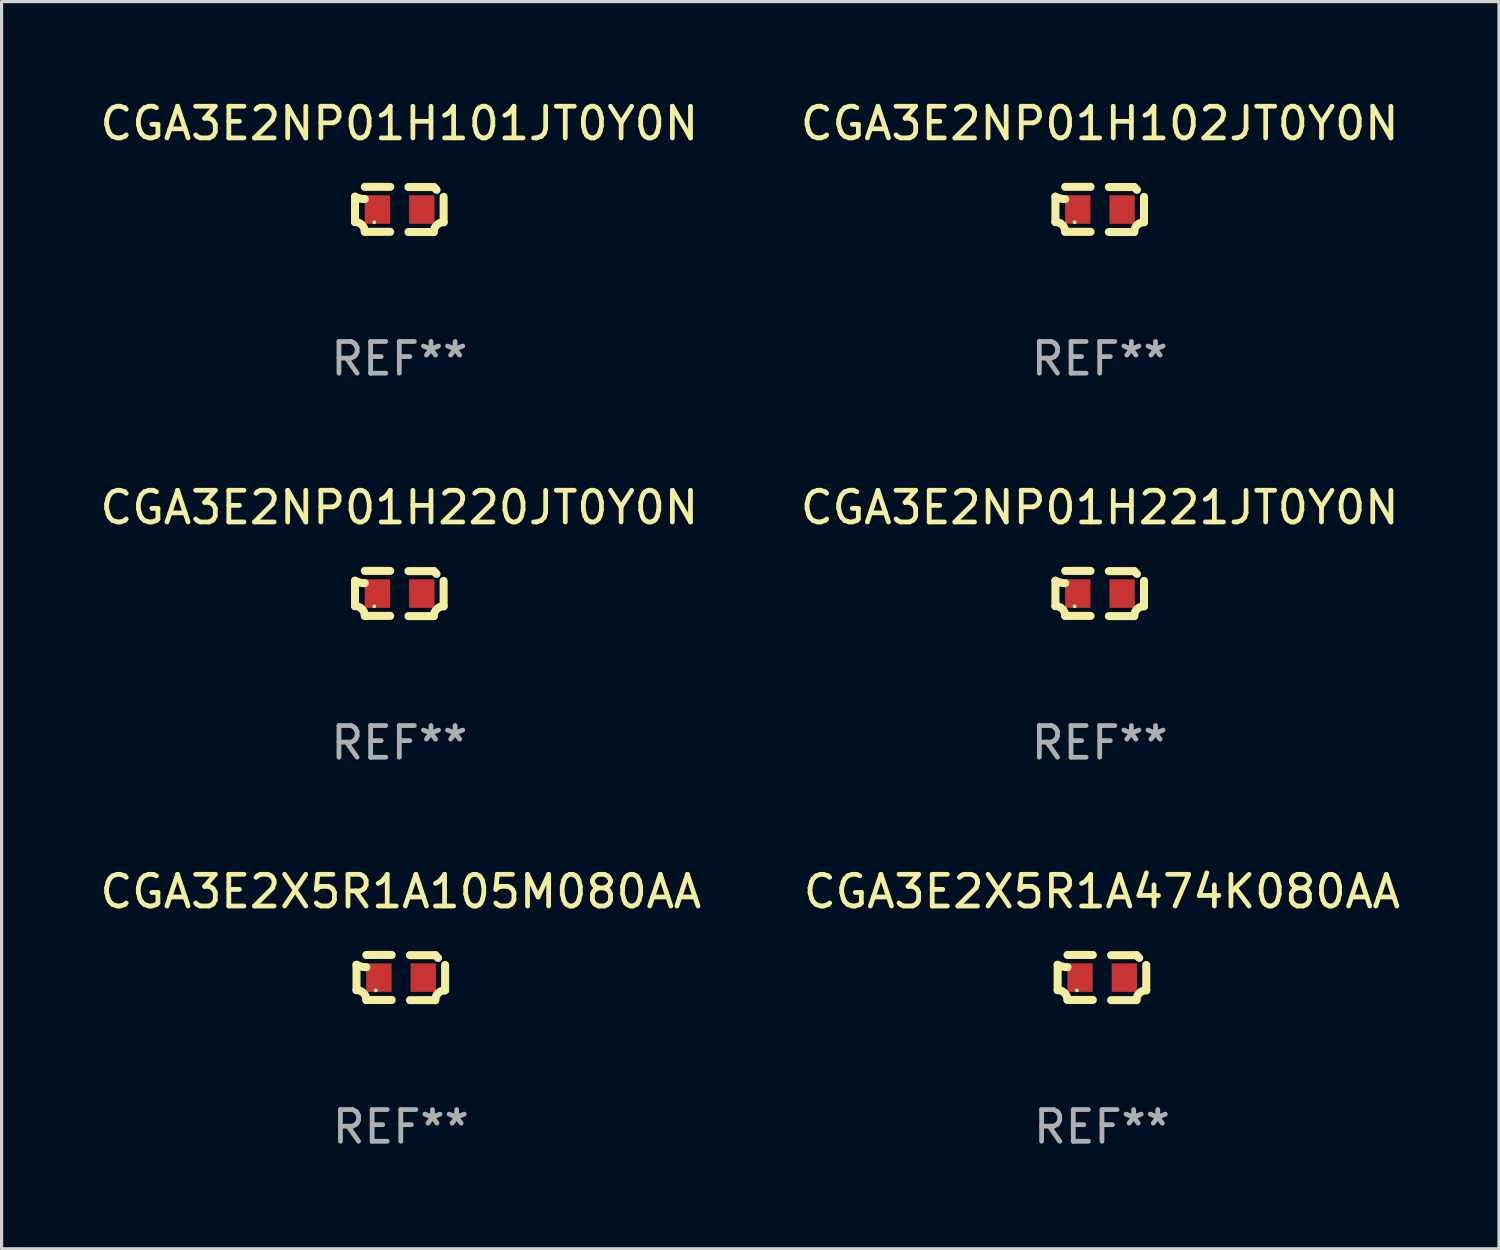
<source format=kicad_pcb>
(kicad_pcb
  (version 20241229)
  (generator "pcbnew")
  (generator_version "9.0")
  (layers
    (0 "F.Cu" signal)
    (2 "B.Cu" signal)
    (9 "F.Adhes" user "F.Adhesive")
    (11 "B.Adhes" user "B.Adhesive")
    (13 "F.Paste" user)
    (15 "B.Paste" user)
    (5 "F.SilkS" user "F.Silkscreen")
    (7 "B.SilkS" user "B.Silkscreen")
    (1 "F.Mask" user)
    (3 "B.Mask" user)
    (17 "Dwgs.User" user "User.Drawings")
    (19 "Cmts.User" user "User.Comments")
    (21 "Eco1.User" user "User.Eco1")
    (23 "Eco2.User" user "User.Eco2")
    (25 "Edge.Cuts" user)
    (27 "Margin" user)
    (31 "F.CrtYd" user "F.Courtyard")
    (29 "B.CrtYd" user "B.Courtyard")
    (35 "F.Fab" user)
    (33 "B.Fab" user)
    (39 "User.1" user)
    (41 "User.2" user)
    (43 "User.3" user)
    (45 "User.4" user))
  (footprint "CGA3E2NP01H102JT0Y0N"
    (layer "F.Cu")
    (at 31.661 3.561)
    (property "Reference" "CGA3E2NP01H102JT0Y0N" (at 0 -2.713 0) (layer "F.SilkS") (effects (font (size 1 1) (thickness 0.15))))
    (attr through_hole)
    (fp_line (start -1.398 -0.403) (end -1.398 0.397) (stroke (width 0.254) (type solid)) (layer "F.SilkS"))
    (fp_line (start -0.288 -0.713) (end -1.088 -0.713) (stroke (width 0.254) (type solid)) (layer "F.SilkS"))
    (fp_line (start -0.288 0.707) (end -1.088 0.707) (stroke (width 0.254) (type solid)) (layer "F.SilkS"))
    (fp_line (start 0.288 -0.707) (end 1.088 -0.707) (stroke (width 0.254) (type solid)) (layer "F.SilkS"))
    (fp_line (start 0.288 0.713) (end 1.088 0.713) (stroke (width 0.254) (type solid)) (layer "F.SilkS"))
    (fp_line (start 1.398 -0.397) (end 1.398 0.403) (stroke (width 0.254) (type solid)) (layer "F.SilkS"))
    (fp_arc (start -1.397789 0.397066) (mid -1.178701 0.487826) (end -1.08796 0.706922) (stroke (width 0.254001) (type solid)) (layer "F.SilkS"))
    (fp_arc (start -1.08796 -0.327176) (mid -1.247436 -0.346384) (end -1.39779 -0.402908) (stroke (width 0.254001) (type solid)) (layer "F.SilkS"))
    (fp_arc (start 1.087909 0.712738) (mid 1.178656 0.493655) (end 1.397739 0.402908) (stroke (width 0.254001) (type solid)) (layer "F.SilkS"))
    (fp_arc (start 1.175925 -0.618926) (mid 1.131917 -0.662923) (end 1.08791 -0.706922) (stroke (width 0.254001) (type solid)) (layer "F.SilkS"))
    (fp_circle (center -0.792 0.403) (end -0.762 0.403) (stroke (width 0.06) (type solid)) (fill no) (layer "F.SilkS"))
    (fp_text user "REF**" (at 0 4.713 0) (layer "F.Fab") (effects (font (size 1 1) (thickness 0.15))))
    (pad "1" smd rect (at -0.692 0.003) (size 0.8 0.9) (layers "F.Cu" "F.Mask" "F.Paste"))
    (pad "2" smd rect (at 0.708 0.003) (size 0.8 0.9) (layers "F.Cu" "F.Mask" "F.Paste")))
  (footprint "CGA3E2NP01H220JT0Y0N"
    (layer "F.Cu")
    (at 9.554 15.683)
    (property "Reference" "CGA3E2NP01H220JT0Y0N" (at 0 -2.713 0) (layer "F.SilkS") (effects (font (size 1 1) (thickness 0.15))))
    (attr through_hole)
    (fp_line (start -1.398 -0.403) (end -1.398 0.397) (stroke (width 0.254) (type solid)) (layer "F.SilkS"))
    (fp_line (start -0.288 -0.713) (end -1.088 -0.713) (stroke (width 0.254) (type solid)) (layer "F.SilkS"))
    (fp_line (start -0.288 0.707) (end -1.088 0.707) (stroke (width 0.254) (type solid)) (layer "F.SilkS"))
    (fp_line (start 0.288 -0.707) (end 1.088 -0.707) (stroke (width 0.254) (type solid)) (layer "F.SilkS"))
    (fp_line (start 0.288 0.713) (end 1.088 0.713) (stroke (width 0.254) (type solid)) (layer "F.SilkS"))
    (fp_line (start 1.398 -0.397) (end 1.398 0.403) (stroke (width 0.254) (type solid)) (layer "F.SilkS"))
    (fp_arc (start -1.397789 0.397066) (mid -1.178701 0.487826) (end -1.08796 0.706922) (stroke (width 0.254001) (type solid)) (layer "F.SilkS"))
    (fp_arc (start -1.08796 -0.327176) (mid -1.247436 -0.346384) (end -1.39779 -0.402908) (stroke (width 0.254001) (type solid)) (layer "F.SilkS"))
    (fp_arc (start 1.087909 0.712738) (mid 1.178656 0.493655) (end 1.397739 0.402908) (stroke (width 0.254001) (type solid)) (layer "F.SilkS"))
    (fp_arc (start 1.175925 -0.618926) (mid 1.131917 -0.662923) (end 1.08791 -0.706922) (stroke (width 0.254001) (type solid)) (layer "F.SilkS"))
    (fp_circle (center -0.792 0.403) (end -0.762 0.403) (stroke (width 0.06) (type solid)) (fill no) (layer "F.SilkS"))
    (fp_text user "REF**" (at 0 4.713 0) (layer "F.Fab") (effects (font (size 1 1) (thickness 0.15))))
    (pad "1" smd rect (at -0.692 0.003) (size 0.8 0.9) (layers "F.Cu" "F.Mask" "F.Paste"))
    (pad "2" smd rect (at 0.708 0.003) (size 0.8 0.9) (layers "F.Cu" "F.Mask" "F.Paste")))
  (footprint "CGA3E2X5R1A105M080AA"
    (layer "F.Cu")
    (at 9.601 27.805)
    (property "Reference" "CGA3E2X5R1A105M080AA" (at 0 -2.713 0) (layer "F.SilkS") (effects (font (size 1 1) (thickness 0.15))))
    (attr through_hole)
    (fp_line (start -1.398 -0.403) (end -1.398 0.397) (stroke (width 0.254) (type solid)) (layer "F.SilkS"))
    (fp_line (start -0.288 -0.713) (end -1.088 -0.713) (stroke (width 0.254) (type solid)) (layer "F.SilkS"))
    (fp_line (start -0.288 0.707) (end -1.088 0.707) (stroke (width 0.254) (type solid)) (layer "F.SilkS"))
    (fp_line (start 0.288 -0.707) (end 1.088 -0.707) (stroke (width 0.254) (type solid)) (layer "F.SilkS"))
    (fp_line (start 0.288 0.713) (end 1.088 0.713) (stroke (width 0.254) (type solid)) (layer "F.SilkS"))
    (fp_line (start 1.398 -0.397) (end 1.398 0.403) (stroke (width 0.254) (type solid)) (layer "F.SilkS"))
    (fp_arc (start -1.397789 0.397066) (mid -1.178701 0.487826) (end -1.08796 0.706922) (stroke (width 0.254001) (type solid)) (layer "F.SilkS"))
    (fp_arc (start -1.08796 -0.327176) (mid -1.247436 -0.346384) (end -1.39779 -0.402908) (stroke (width 0.254001) (type solid)) (layer "F.SilkS"))
    (fp_arc (start 1.087909 0.712738) (mid 1.178656 0.493655) (end 1.397739 0.402908) (stroke (width 0.254001) (type solid)) (layer "F.SilkS"))
    (fp_arc (start 1.175925 -0.618926) (mid 1.131917 -0.662923) (end 1.08791 -0.706922) (stroke (width 0.254001) (type solid)) (layer "F.SilkS"))
    (fp_circle (center -0.792 0.403) (end -0.762 0.403) (stroke (width 0.06) (type solid)) (fill no) (layer "F.SilkS"))
    (fp_text user "REF**" (at 0 4.713 0) (layer "F.Fab") (effects (font (size 1 1) (thickness 0.15))))
    (pad "1" smd rect (at -0.692 0.003) (size 0.8 0.9) (layers "F.Cu" "F.Mask" "F.Paste"))
    (pad "2" smd rect (at 0.708 0.003) (size 0.8 0.9) (layers "F.Cu" "F.Mask" "F.Paste")))
  (footprint "CGA3E2NP01H221JT0Y0N"
    (layer "F.Cu")
    (at 31.661 15.683)
    (property "Reference" "CGA3E2NP01H221JT0Y0N" (at 0 -2.713 0) (layer "F.SilkS") (effects (font (size 1 1) (thickness 0.15))))
    (attr through_hole)
    (fp_line (start -1.398 -0.403) (end -1.398 0.397) (stroke (width 0.254) (type solid)) (layer "F.SilkS"))
    (fp_line (start -0.288 -0.713) (end -1.088 -0.713) (stroke (width 0.254) (type solid)) (layer "F.SilkS"))
    (fp_line (start -0.288 0.707) (end -1.088 0.707) (stroke (width 0.254) (type solid)) (layer "F.SilkS"))
    (fp_line (start 0.288 -0.707) (end 1.088 -0.707) (stroke (width 0.254) (type solid)) (layer "F.SilkS"))
    (fp_line (start 0.288 0.713) (end 1.088 0.713) (stroke (width 0.254) (type solid)) (layer "F.SilkS"))
    (fp_line (start 1.398 -0.397) (end 1.398 0.403) (stroke (width 0.254) (type solid)) (layer "F.SilkS"))
    (fp_arc (start -1.397789 0.397066) (mid -1.178701 0.487826) (end -1.08796 0.706922) (stroke (width 0.254001) (type solid)) (layer "F.SilkS"))
    (fp_arc (start -1.08796 -0.327176) (mid -1.247436 -0.346384) (end -1.39779 -0.402908) (stroke (width 0.254001) (type solid)) (layer "F.SilkS"))
    (fp_arc (start 1.087909 0.712738) (mid 1.178656 0.493655) (end 1.397739 0.402908) (stroke (width 0.254001) (type solid)) (layer "F.SilkS"))
    (fp_arc (start 1.175925 -0.618926) (mid 1.131917 -0.662923) (end 1.08791 -0.706922) (stroke (width 0.254001) (type solid)) (layer "F.SilkS"))
    (fp_circle (center -0.792 0.403) (end -0.762 0.403) (stroke (width 0.06) (type solid)) (fill no) (layer "F.SilkS"))
    (fp_text user "REF**" (at 0 4.713 0) (layer "F.Fab") (effects (font (size 1 1) (thickness 0.15))))
    (pad "1" smd rect (at -0.692 0.003) (size 0.8 0.9) (layers "F.Cu" "F.Mask" "F.Paste"))
    (pad "2" smd rect (at 0.708 0.003) (size 0.8 0.9) (layers "F.Cu" "F.Mask" "F.Paste")))
  (footprint "CGA3E2X5R1A474K080AA"
    (layer "F.Cu")
    (at 31.732 27.805)
    (property "Reference" "CGA3E2X5R1A474K080AA" (at 0 -2.713 0) (layer "F.SilkS") (effects (font (size 1 1) (thickness 0.15))))
    (attr through_hole)
    (fp_line (start -1.398 -0.403) (end -1.398 0.397) (stroke (width 0.254) (type solid)) (layer "F.SilkS"))
    (fp_line (start -0.288 -0.713) (end -1.088 -0.713) (stroke (width 0.254) (type solid)) (layer "F.SilkS"))
    (fp_line (start -0.288 0.707) (end -1.088 0.707) (stroke (width 0.254) (type solid)) (layer "F.SilkS"))
    (fp_line (start 0.288 -0.707) (end 1.088 -0.707) (stroke (width 0.254) (type solid)) (layer "F.SilkS"))
    (fp_line (start 0.288 0.713) (end 1.088 0.713) (stroke (width 0.254) (type solid)) (layer "F.SilkS"))
    (fp_line (start 1.398 -0.397) (end 1.398 0.403) (stroke (width 0.254) (type solid)) (layer "F.SilkS"))
    (fp_arc (start -1.397789 0.397066) (mid -1.178701 0.487826) (end -1.08796 0.706922) (stroke (width 0.254001) (type solid)) (layer "F.SilkS"))
    (fp_arc (start -1.08796 -0.327176) (mid -1.247436 -0.346384) (end -1.39779 -0.402908) (stroke (width 0.254001) (type solid)) (layer "F.SilkS"))
    (fp_arc (start 1.087909 0.712738) (mid 1.178656 0.493655) (end 1.397739 0.402908) (stroke (width 0.254001) (type solid)) (layer "F.SilkS"))
    (fp_arc (start 1.175925 -0.618926) (mid 1.131917 -0.662923) (end 1.08791 -0.706922) (stroke (width 0.254001) (type solid)) (layer "F.SilkS"))
    (fp_circle (center -0.792 0.403) (end -0.762 0.403) (stroke (width 0.06) (type solid)) (fill no) (layer "F.SilkS"))
    (fp_text user "REF**" (at 0 4.713 0) (layer "F.Fab") (effects (font (size 1 1) (thickness 0.15))))
    (pad "1" smd rect (at -0.692 0.003) (size 0.8 0.9) (layers "F.Cu" "F.Mask" "F.Paste"))
    (pad "2" smd rect (at 0.708 0.003) (size 0.8 0.9) (layers "F.Cu" "F.Mask" "F.Paste")))
  (footprint "CGA3E2NP01H101JT0Y0N"
    (layer "F.Cu")
    (at 9.554 3.561)
    (property "Reference" "CGA3E2NP01H101JT0Y0N" (at 0 -2.713 0) (layer "F.SilkS") (effects (font (size 1 1) (thickness 0.15))))
    (attr through_hole)
    (fp_line (start -1.398 -0.403) (end -1.398 0.397) (stroke (width 0.254) (type solid)) (layer "F.SilkS"))
    (fp_line (start -0.288 -0.713) (end -1.088 -0.713) (stroke (width 0.254) (type solid)) (layer "F.SilkS"))
    (fp_line (start -0.288 0.707) (end -1.088 0.707) (stroke (width 0.254) (type solid)) (layer "F.SilkS"))
    (fp_line (start 0.288 -0.707) (end 1.088 -0.707) (stroke (width 0.254) (type solid)) (layer "F.SilkS"))
    (fp_line (start 0.288 0.713) (end 1.088 0.713) (stroke (width 0.254) (type solid)) (layer "F.SilkS"))
    (fp_line (start 1.398 -0.397) (end 1.398 0.403) (stroke (width 0.254) (type solid)) (layer "F.SilkS"))
    (fp_arc (start -1.397789 0.397066) (mid -1.178701 0.487826) (end -1.08796 0.706922) (stroke (width 0.254001) (type solid)) (layer "F.SilkS"))
    (fp_arc (start -1.08796 -0.327176) (mid -1.247436 -0.346384) (end -1.39779 -0.402908) (stroke (width 0.254001) (type solid)) (layer "F.SilkS"))
    (fp_arc (start 1.087909 0.712738) (mid 1.178656 0.493655) (end 1.397739 0.402908) (stroke (width 0.254001) (type solid)) (layer "F.SilkS"))
    (fp_arc (start 1.175925 -0.618926) (mid 1.131917 -0.662923) (end 1.08791 -0.706922) (stroke (width 0.254001) (type solid)) (layer "F.SilkS"))
    (fp_circle (center -0.792 0.403) (end -0.762 0.403) (stroke (width 0.06) (type solid)) (fill no) (layer "F.SilkS"))
    (fp_text user "REF**" (at 0 4.713 0) (layer "F.Fab") (effects (font (size 1 1) (thickness 0.15))))
    (pad "1" smd rect (at -0.692 0.003) (size 0.8 0.9) (layers "F.Cu" "F.Mask" "F.Paste"))
    (pad "2" smd rect (at 0.708 0.003) (size 0.8 0.9) (layers "F.Cu" "F.Mask" "F.Paste")))
  (gr_rect
    (start -3 -3)
    (end 44.262 36.366)
    (stroke (width 0.1) (type default))
    (fill no)
    (layer "Edge.Cuts")))
</source>
